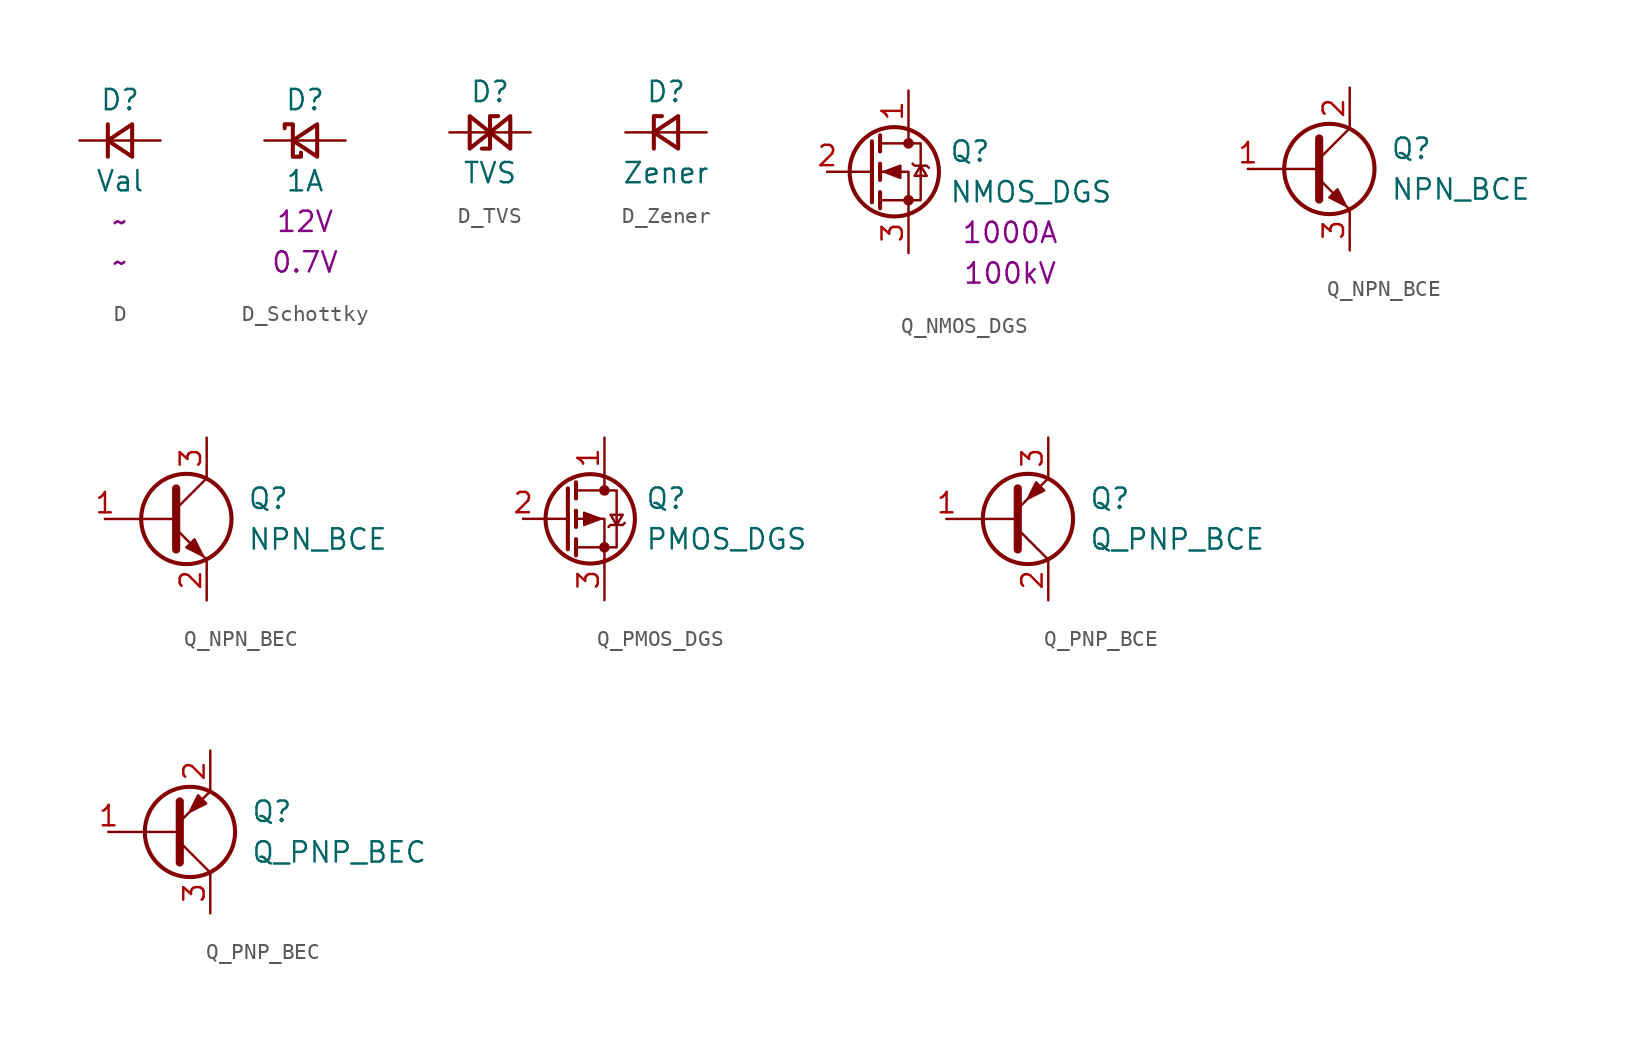
<source format=kicad_sym>
(kicad_symbol_lib
  (version 20231120)
  (generator "kicad_symbol_editor")
  (generator_version "8.0")
  (symbol "D"
    (pin_numbers hide)
    (pin_names
      (offset 1.016) hide)
    (property "Reference" "D"
      (at 0 2.54 0)
      (effects (font (size 1.27 1.27))))
    (property "Value" "Val"
      (at 0 -2.54 0)
      (effects (font (size 1.27 1.27))))
    (property "VMax" "~"
      (at 0 -7.62 0)
      (effects (font (size 1.27 1.27))))
    (property "IMax" "~"
      (at 0 -5.08 0)
      (effects (font (size 1.27 1.27))))
    (symbol "D_0_1"
      (polyline (pts (xy -0.762 -1.016) (xy -0.762 1.016)) (stroke (width 0.254) (type default)) (fill (type none)))
      (polyline (pts (xy -0.762 0) (xy 0.762 0)) (stroke (width 0) (type default)) (fill (type none)))
      (polyline (pts (xy 0.762 -1.016) (xy -0.762 0) (xy 0.762 1.016) (xy 0.762 -1.016)) (stroke (width 0.254) (type default)) (fill (type none))))
    (symbol "D_1_1"
      (pin passive line (at -2.54 0 0) (length 1.778) (name "K" (effects (font (size 1.27 1.27)))) (number "1" (effects (font (size 1.27 1.27)))))
      (pin passive line (at 2.54 0 180) (length 1.778) (name "A" (effects (font (size 1.27 1.27)))) (number "2" (effects (font (size 1.27 1.27)))))))
  (symbol "D_Schottky"
    (pin_numbers hide)
    (pin_names
      (offset 1.016) hide)
    (property "Reference" "D"
      (at 0 2.54 0)
      (effects (font (size 1.27 1.27))))
    (property "Value" "1A"
      (at 0 -2.54 0)
      (effects (font (size 1.27 1.27))))
    (property "VDrop" "0.7V"
      (at 0 -7.62 0)
      (effects (font (size 1.27 1.27))))
    (property "VMax" "12V"
      (at 0 -5.08 0)
      (effects (font (size 1.27 1.27))))
    (symbol "D_Schottky_0_1"
      (polyline (pts (xy -0.762 0) (xy 0.762 0)) (stroke (width 0) (type default)) (fill (type none)))
      (polyline (pts (xy 0.762 -1.016) (xy -0.762 0) (xy 0.762 1.016) (xy 0.762 -1.016)) (stroke (width 0.254) (type default)) (fill (type none)))
      (polyline (pts (xy -1.27 0.762) (xy -1.27 1.016) (xy -0.762 1.016) (xy -0.762 -1.016) (xy -0.254 -1.016) (xy -0.254 -0.762)) (stroke (width 0.254) (type default)) (fill (type none))))
    (symbol "D_Schottky_1_1"
      (pin passive line (at -2.54 0 0) (length 1.778) (name "K" (effects (font (size 1.27 1.27)))) (number "1" (effects (font (size 1.27 1.27)))))
      (pin passive line (at 2.54 0 180) (length 1.778) (name "A" (effects (font (size 1.27 1.27)))) (number "2" (effects (font (size 1.27 1.27)))))))
  (symbol "D_TVS"
    (pin_numbers hide)
    (pin_names
      (offset 1.016) hide)
    (property "Reference" "D"
      (at 0 2.54 0)
      (effects (font (size 1.27 1.27))))
    (property "Value" "TVS"
      (at 0 -2.54 0)
      (effects (font (size 1.27 1.27))))
    (symbol "D_TVS_0_1"
      (polyline (pts (xy -1.27 0) (xy 1.27 0)) (stroke (width 0) (type default)) (fill (type none)))
      (polyline (pts (xy 0.508 1.016) (xy 0 1.016) (xy 0 -1.016) (xy -0.508 -1.016)) (stroke (width 0.254) (type default)) (fill (type none)))
      (polyline (pts (xy -1.27 1.016) (xy -1.27 -1.016) (xy 1.27 1.016) (xy 1.27 -1.016) (xy -1.27 1.016)) (stroke (width 0.254) (type default)) (fill (type none))))
    (symbol "D_TVS_1_1"
      (pin passive line (at -2.54 0 0) (length 1.27) (name "A1" (effects (font (size 1.27 1.27)))) (number "1" (effects (font (size 1.27 1.27)))))
      (pin passive line (at 2.54 0 180) (length 1.27) (name "A2" (effects (font (size 1.27 1.27)))) (number "2" (effects (font (size 1.27 1.27)))))))
  (symbol "D_Zener"
    (pin_numbers hide)
    (pin_names
      (offset 1.016) hide)
    (property "Reference" "D"
      (at 0 2.54 0)
      (effects (font (size 1.27 1.27))))
    (property "Value" "Zener"
      (at 0 -2.54 0)
      (effects (font (size 1.27 1.27))))
    (symbol "D_Zener_0_1"
      (polyline (pts (xy 0.762 0) (xy -0.762 0)) (stroke (width 0) (type default)) (fill (type none)))
      (polyline (pts (xy -0.254 1.016) (xy -0.762 1.016) (xy -0.762 -1.016)) (stroke (width 0.254) (type default)) (fill (type none)))
      (polyline (pts (xy 0.762 1.016) (xy -0.762 0) (xy 0.762 -1.016) (xy 0.762 1.016)) (stroke (width 0.254) (type default)) (fill (type none))))
    (symbol "D_Zener_1_1"
      (pin passive line (at -2.54 0 0) (length 1.778) (name "K" (effects (font (size 1.27 1.27)))) (number "1" (effects (font (size 1.27 1.27)))))
      (pin passive line (at 2.54 0 180) (length 1.778) (name "A" (effects (font (size 1.27 1.27)))) (number "2" (effects (font (size 1.27 1.27)))))))
  (symbol "Q_NMOS_DGS"
    (pin_names
      (offset 0) hide)
    (property "Reference" "Q"
      (at 5.08 1.27 0)
      (effects (font (size 1.27 1.27)) (justify left)))
    (property "Value" "NMOS_DGS"
      (at 5.08 -1.27 0)
      (effects (font (size 1.27 1.27)) (justify left)))
    (property "IMax" "1000A"
      (at 8.89 -3.81 0)
      (effects (font (size 1.27 1.27))))
    (property "VMax" "100kV"
      (at 8.89 -6.35 0)
      (effects (font (size 1.27 1.27))))
    (symbol "Q_NMOS_DGS_0_1"
      (polyline (pts (xy 0.254 0) (xy -2.54 0)) (stroke (width 0) (type default)) (fill (type none)))
      (polyline (pts (xy 0.254 1.905) (xy 0.254 -1.905)) (stroke (width 0.254) (type default)) (fill (type none)))
      (polyline (pts (xy 0.762 -1.27) (xy 0.762 -2.286)) (stroke (width 0.254) (type default)) (fill (type none)))
      (polyline (pts (xy 0.762 0.508) (xy 0.762 -0.508)) (stroke (width 0.254) (type default)) (fill (type none)))
      (polyline (pts (xy 0.762 2.286) (xy 0.762 1.27)) (stroke (width 0.254) (type default)) (fill (type none)))
      (polyline (pts (xy 2.54 2.54) (xy 2.54 1.778)) (stroke (width 0) (type default)) (fill (type none)))
      (polyline (pts (xy 2.54 -2.54) (xy 2.54 0) (xy 0.762 0)) (stroke (width 0) (type default)) (fill (type none)))
      (polyline (pts (xy 0.762 -1.778) (xy 3.302 -1.778) (xy 3.302 1.778) (xy 0.762 1.778)) (stroke (width 0) (type default)) (fill (type none)))
      (polyline (pts (xy 1.016 0) (xy 2.032 0.381) (xy 2.032 -0.381) (xy 1.016 0)) (stroke (width 0) (type default)) (fill (type outline)))
      (polyline (pts (xy 2.794 0.508) (xy 2.921 0.381) (xy 3.683 0.381) (xy 3.81 0.254)) (stroke (width 0) (type default)) (fill (type none)))
      (polyline (pts (xy 3.302 0.381) (xy 2.921 -0.254) (xy 3.683 -0.254) (xy 3.302 0.381)) (stroke (width 0) (type default)) (fill (type none)))
      (circle (center 1.651 0) (radius 2.794) (stroke (width 0.254) (type default)) (fill (type none)))
      (circle (center 2.54 -1.778) (radius 0.254) (stroke (width 0) (type default)) (fill (type outline)))
      (circle (center 2.54 1.778) (radius 0.254) (stroke (width 0) (type default)) (fill (type outline))))
    (symbol "Q_NMOS_DGS_1_1"
      (pin passive line (at 2.54 5.08 270) (length 2.54) (name "D" (effects (font (size 1.27 1.27)))) (number "1" (effects (font (size 1.27 1.27)))))
      (pin input line (at -2.54 0 0) (length 0) (name "G" (effects (font (size 1.27 1.27)))) (number "2" (effects (font (size 1.27 1.27)))))
      (pin passive line (at 2.54 -5.08 90) (length 2.54) (name "S" (effects (font (size 1.27 1.27)))) (number "3" (effects (font (size 1.27 1.27)))))))
  (symbol "Q_NPN_BCE"
    (pin_names
      (offset 0) hide)
    (property "Reference" "Q"
      (at 5.08 1.27 0)
      (effects (font (size 1.27 1.27)) (justify left)))
    (property "Value" "NPN_BCE"
      (at 5.08 -1.27 0)
      (effects (font (size 1.27 1.27)) (justify left)))
    (symbol "Q_NPN_BCE_0_1"
      (polyline (pts (xy 0.635 0.635) (xy 2.54 2.54)) (stroke (width 0) (type default)) (fill (type none)))
      (polyline (pts (xy 0.635 -0.635) (xy 2.54 -2.54) (xy 2.54 -2.54)) (stroke (width 0) (type default)) (fill (type none)))
      (polyline (pts (xy 0.635 1.905) (xy 0.635 -1.905) (xy 0.635 -1.905)) (stroke (width 0.508) (type default)) (fill (type none)))
      (polyline (pts (xy 1.27 -1.778) (xy 1.778 -1.27) (xy 2.286 -2.286) (xy 1.27 -1.778) (xy 1.27 -1.778)) (stroke (width 0) (type default)) (fill (type outline))))
    (symbol "Q_NPN_BCE_1_1"
      (polyline (pts (xy -3.81 0) (xy 0.635 0)) (stroke (width 0) (type default)) (fill (type none)))
      (circle (center 1.27 0) (radius 2.819) (stroke (width 0.254) (type default)) (fill (type none)))
      (pin input line (at -3.81 0 0) (length 0) (name "B" (effects (font (size 1.27 1.27)))) (number "1" (effects (font (size 1.27 1.27)))))
      (pin passive line (at 2.54 5.08 270) (length 2.54) (name "C" (effects (font (size 1.27 1.27)))) (number "2" (effects (font (size 1.27 1.27)))))
      (pin passive line (at 2.54 -5.08 90) (length 2.54) (name "E" (effects (font (size 1.27 1.27)))) (number "3" (effects (font (size 1.27 1.27)))))))
  (symbol "Q_NPN_BEC"
    (pin_names
      (offset 0) hide)
    (property "Reference" "Q"
      (at 5.08 1.27 0)
      (effects (font (size 1.27 1.27)) (justify left)))
    (property "Value" "NPN_BCE"
      (at 5.08 -1.27 0)
      (effects (font (size 1.27 1.27)) (justify left)))
    (symbol "Q_NPN_BEC_0_1"
      (polyline (pts (xy 0.635 0.635) (xy 2.54 2.54)) (stroke (width 0) (type default)) (fill (type none)))
      (polyline (pts (xy 0.635 -0.635) (xy 2.54 -2.54) (xy 2.54 -2.54)) (stroke (width 0) (type default)) (fill (type none)))
      (polyline (pts (xy 0.635 1.905) (xy 0.635 -1.905) (xy 0.635 -1.905)) (stroke (width 0.508) (type default)) (fill (type none)))
      (polyline (pts (xy 1.27 -1.778) (xy 1.778 -1.27) (xy 2.286 -2.286) (xy 1.27 -1.778) (xy 1.27 -1.778)) (stroke (width 0) (type default)) (fill (type outline))))
    (symbol "Q_NPN_BEC_1_1"
      (polyline (pts (xy -3.81 0) (xy 0.635 0)) (stroke (width 0) (type default)) (fill (type none)))
      (circle (center 1.27 0) (radius 2.819) (stroke (width 0.254) (type default)) (fill (type none)))
      (pin input line (at -3.81 0 0) (length 0) (name "B" (effects (font (size 1.27 1.27)))) (number "1" (effects (font (size 1.27 1.27)))))
      (pin passive line (at 2.54 -5.08 90) (length 2.54) (name "E" (effects (font (size 1.27 1.27)))) (number "2" (effects (font (size 1.27 1.27)))))
      (pin passive line (at 2.54 5.08 270) (length 2.54) (name "C" (effects (font (size 1.27 1.27)))) (number "3" (effects (font (size 1.27 1.27)))))))
  (symbol "Q_PMOS_DGS"
    (pin_names
      (offset 0) hide)
    (property "Reference" "Q"
      (at 5.08 1.27 0)
      (effects (font (size 1.27 1.27)) (justify left)))
    (property "Value" "PMOS_DGS"
      (at 5.08 -1.27 0)
      (effects (font (size 1.27 1.27)) (justify left)))
    (symbol "Q_PMOS_DGS_0_1"
      (polyline (pts (xy 0.254 0) (xy -2.54 0)) (stroke (width 0) (type default)) (fill (type none)))
      (polyline (pts (xy 0.254 1.905) (xy 0.254 -1.905)) (stroke (width 0.254) (type default)) (fill (type none)))
      (polyline (pts (xy 0.762 -1.27) (xy 0.762 -2.286)) (stroke (width 0.254) (type default)) (fill (type none)))
      (polyline (pts (xy 0.762 0.508) (xy 0.762 -0.508)) (stroke (width 0.254) (type default)) (fill (type none)))
      (polyline (pts (xy 0.762 2.286) (xy 0.762 1.27)) (stroke (width 0.254) (type default)) (fill (type none)))
      (polyline (pts (xy 2.54 2.54) (xy 2.54 1.778)) (stroke (width 0) (type default)) (fill (type none)))
      (polyline (pts (xy 2.54 -2.54) (xy 2.54 0) (xy 0.762 0)) (stroke (width 0) (type default)) (fill (type none)))
      (polyline (pts (xy 0.762 1.778) (xy 3.302 1.778) (xy 3.302 -1.778) (xy 0.762 -1.778)) (stroke (width 0) (type default)) (fill (type none)))
      (polyline (pts (xy 2.286 0) (xy 1.27 0.381) (xy 1.27 -0.381) (xy 2.286 0)) (stroke (width 0) (type default)) (fill (type outline)))
      (polyline (pts (xy 2.794 -0.508) (xy 2.921 -0.381) (xy 3.683 -0.381) (xy 3.81 -0.254)) (stroke (width 0) (type default)) (fill (type none)))
      (polyline (pts (xy 3.302 -0.381) (xy 2.921 0.254) (xy 3.683 0.254) (xy 3.302 -0.381)) (stroke (width 0) (type default)) (fill (type none)))
      (circle (center 1.651 0) (radius 2.794) (stroke (width 0.254) (type default)) (fill (type none)))
      (circle (center 2.54 -1.778) (radius 0.254) (stroke (width 0) (type default)) (fill (type outline)))
      (circle (center 2.54 1.778) (radius 0.254) (stroke (width 0) (type default)) (fill (type outline))))
    (symbol "Q_PMOS_DGS_1_1"
      (pin passive line (at 2.54 5.08 270) (length 2.54) (name "D" (effects (font (size 1.27 1.27)))) (number "1" (effects (font (size 1.27 1.27)))))
      (pin input line (at -2.54 0 0) (length 0) (name "G" (effects (font (size 1.27 1.27)))) (number "2" (effects (font (size 1.27 1.27)))))
      (pin passive line (at 2.54 -5.08 90) (length 2.54) (name "S" (effects (font (size 1.27 1.27)))) (number "3" (effects (font (size 1.27 1.27)))))))
  (symbol "Q_PNP_BCE"
    (pin_names
      (offset 0) hide)
    (property "Reference" "Q"
      (at 5.08 1.27 0)
      (effects (font (size 1.27 1.27)) (justify left)))
    (property "Value" "Q_PNP_BCE"
      (at 5.08 -1.27 0)
      (effects (font (size 1.27 1.27)) (justify left)))
    (symbol "Q_PNP_BCE_0_1"
      (polyline (pts (xy 0.635 -0.635) (xy 2.54 -2.54)) (stroke (width 0) (type default)) (fill (type none)))
      (polyline (pts (xy 0.635 -1.905) (xy 0.635 1.905) (xy 0.635 1.905)) (stroke (width 0.508) (type default)) (fill (type none)))
      (polyline (pts (xy 0.635 0.635) (xy 2.54 2.54) (xy 2.54 2.54)) (stroke (width 0) (type default)) (fill (type none)))
      (polyline (pts (xy 2.286 1.778) (xy 1.778 2.286) (xy 1.27 1.27) (xy 2.286 1.778) (xy 2.286 1.778)) (stroke (width 0) (type default)) (fill (type outline)))
      (circle (center 1.27 0) (radius 2.819) (stroke (width 0.254) (type default)) (fill (type none))))
    (symbol "Q_PNP_BCE_1_1"
      (polyline (pts (xy -3.81 0) (xy 0.635 0)) (stroke (width 0) (type default)) (fill (type none)))
      (pin input line (at -3.81 0 0) (length 0) (name "B" (effects (font (size 1.27 1.27)))) (number "1" (effects (font (size 1.27 1.27)))))
      (pin passive line (at 2.54 -5.08 90) (length 2.54) (name "C" (effects (font (size 1.27 1.27)))) (number "2" (effects (font (size 1.27 1.27)))))
      (pin passive line (at 2.54 5.08 270) (length 2.54) (name "E" (effects (font (size 1.27 1.27)))) (number "3" (effects (font (size 1.27 1.27)))))))
  (symbol "Q_PNP_BEC"
    (pin_names
      (offset 0) hide)
    (property "Reference" "Q"
      (at 5.08 1.27 0)
      (effects (font (size 1.27 1.27)) (justify left)))
    (property "Value" "Q_PNP_BEC"
      (at 5.08 -1.27 0)
      (effects (font (size 1.27 1.27)) (justify left)))
    (symbol "Q_PNP_BEC_0_1"
      (polyline (pts (xy 0.635 -0.635) (xy 2.54 -2.54)) (stroke (width 0) (type default)) (fill (type none)))
      (polyline (pts (xy 0.635 -1.905) (xy 0.635 1.905) (xy 0.635 1.905)) (stroke (width 0.508) (type default)) (fill (type none)))
      (polyline (pts (xy 0.635 0.635) (xy 2.54 2.54) (xy 2.54 2.54)) (stroke (width 0) (type default)) (fill (type none)))
      (polyline (pts (xy 2.286 1.778) (xy 1.778 2.286) (xy 1.27 1.27) (xy 2.286 1.778) (xy 2.286 1.778)) (stroke (width 0) (type default)) (fill (type outline)))
      (circle (center 1.27 0) (radius 2.819) (stroke (width 0.254) (type default)) (fill (type none))))
    (symbol "Q_PNP_BEC_1_1"
      (polyline (pts (xy -3.81 0) (xy 0.635 0)) (stroke (width 0) (type default)) (fill (type none)))
      (pin input line (at -3.81 0 0) (length 0) (name "B" (effects (font (size 1.27 1.27)))) (number "1" (effects (font (size 1.27 1.27)))))
      (pin passive line (at 2.54 5.08 270) (length 2.54) (name "E" (effects (font (size 1.27 1.27)))) (number "2" (effects (font (size 1.27 1.27)))))
      (pin passive line (at 2.54 -5.08 90) (length 2.54) (name "C" (effects (font (size 1.27 1.27)))) (number "3" (effects (font (size 1.27 1.27))))))))
</source>
